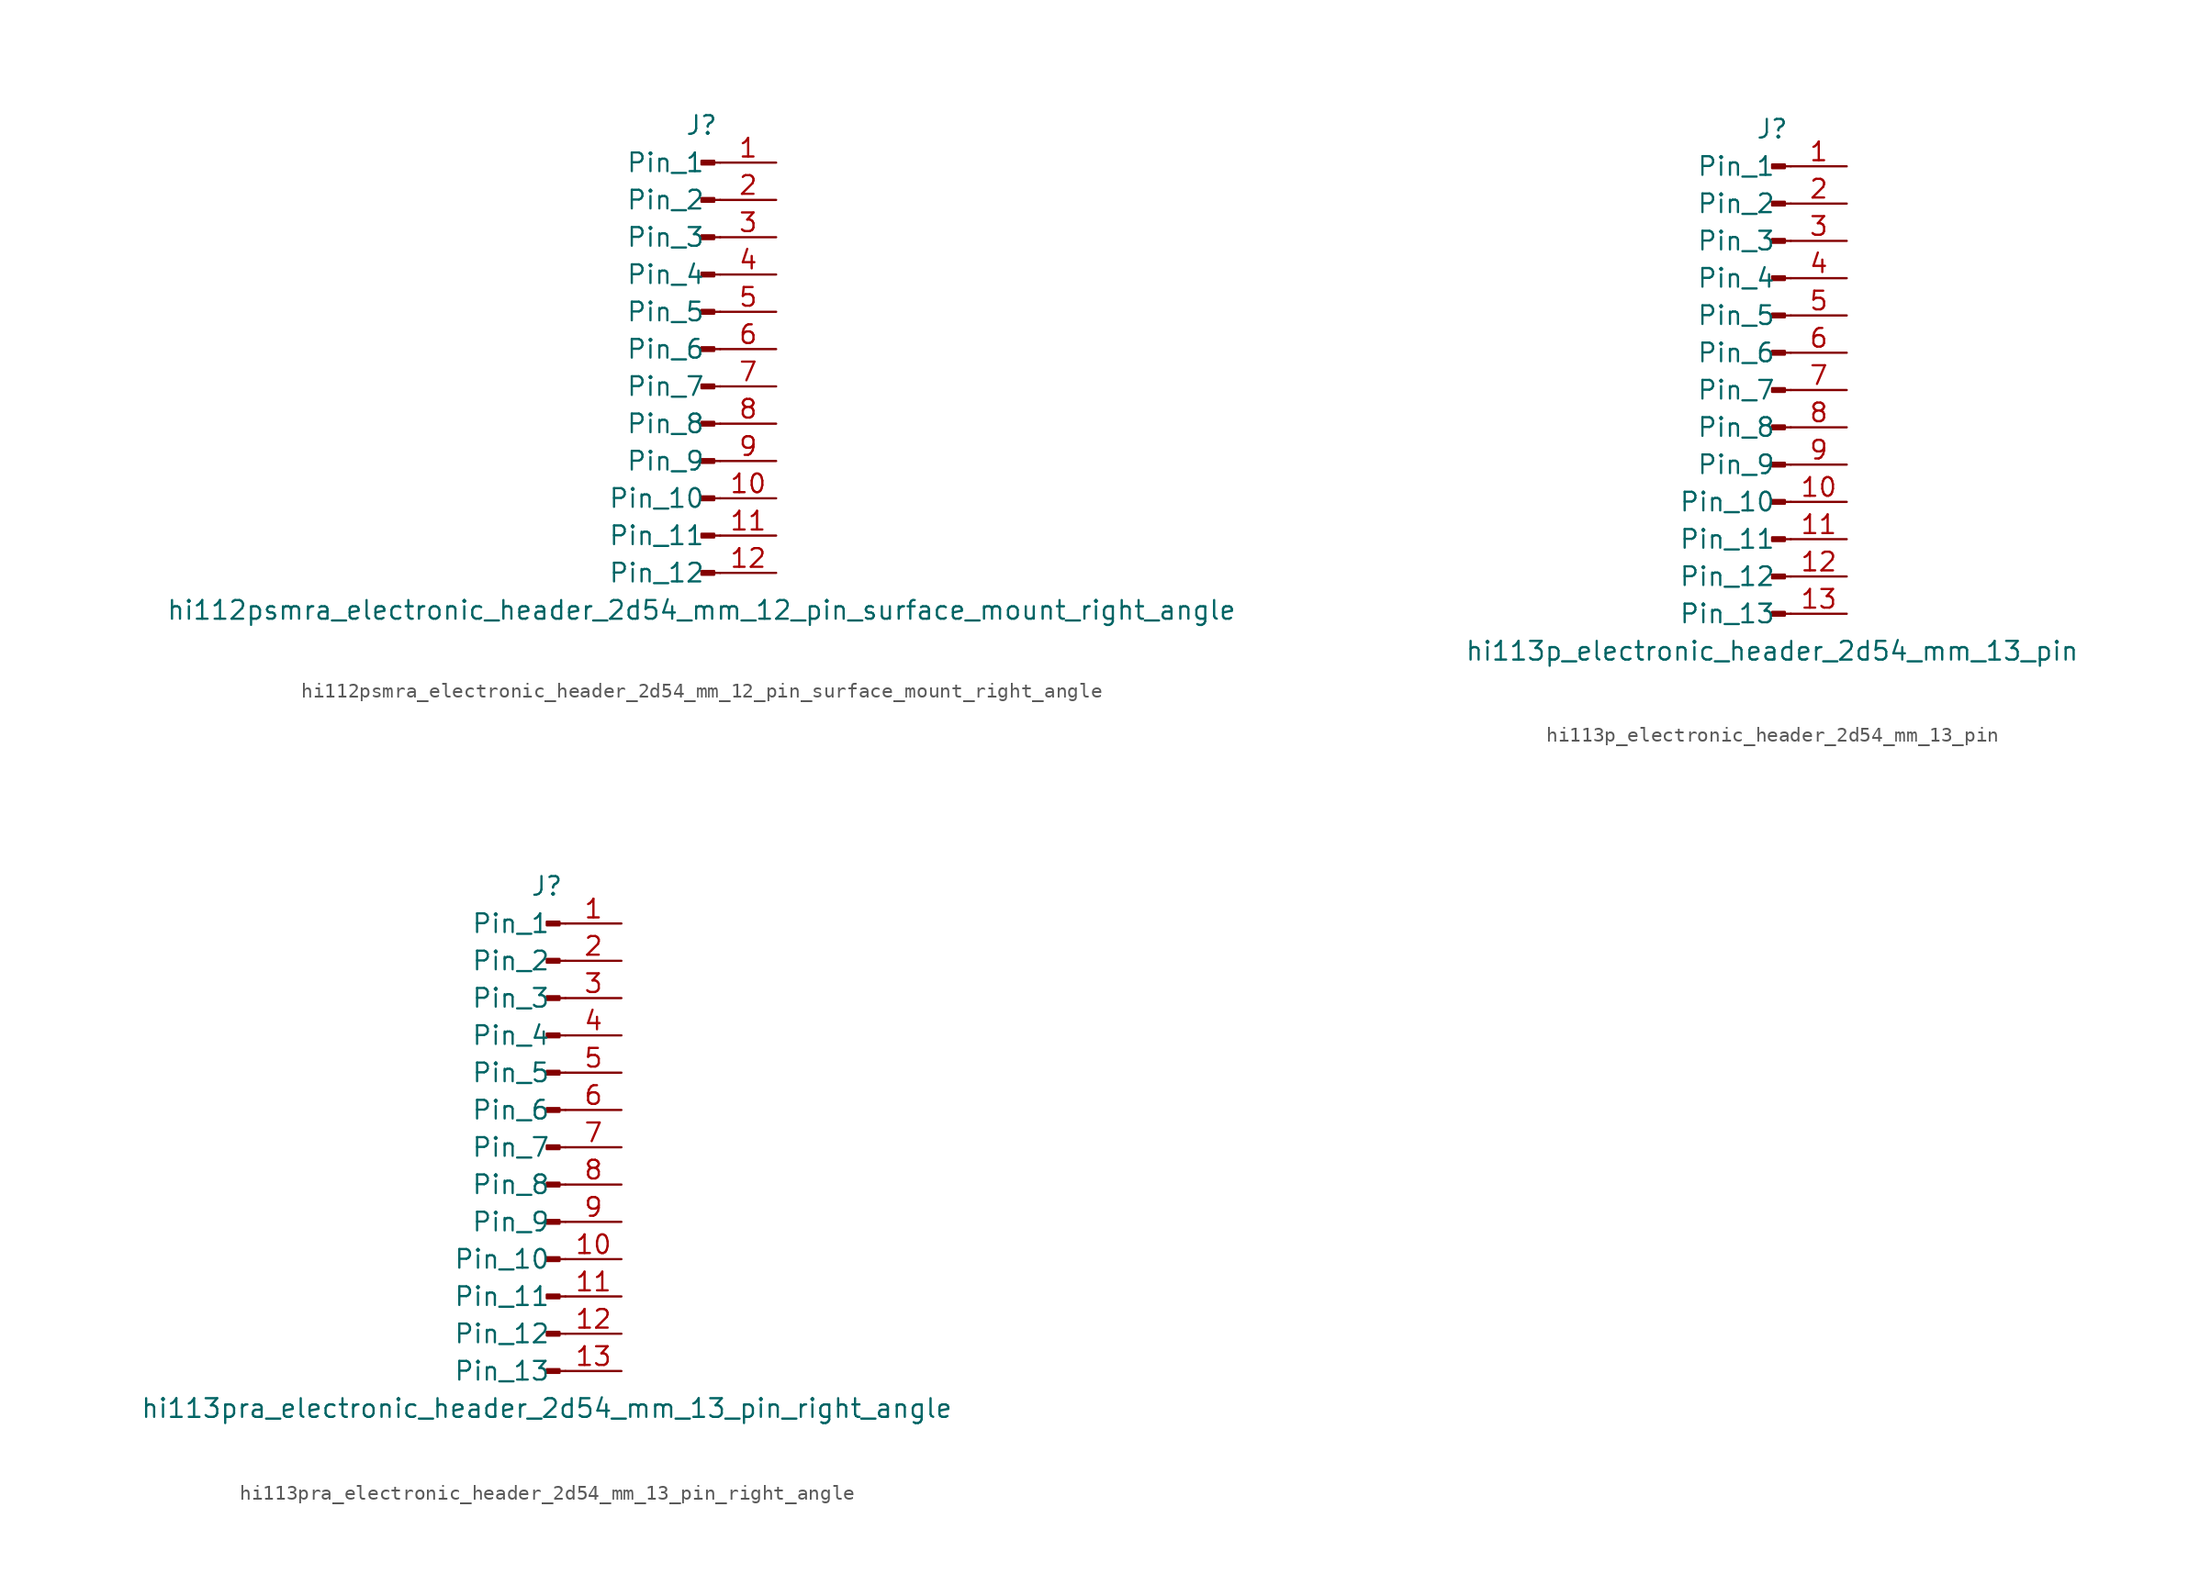
<source format=kicad_sym>
(kicad_symbol_lib
  (version 20220914)
  (generator kicad_symbol_editor)
  (symbol "hi112psmra_electronic_header_2d54_mm_12_pin_surface_mount_right_angle"
    (pin_names
      (offset 1.016))
    (property "Reference" "J"
      (at 0 15.24 0)
      (effects (font (size 1.27 1.27))))
    (property "Value" "hi112psmra_electronic_header_2d54_mm_12_pin_surface_mount_right_angle"
      (at 0 -17.78 0)
      (effects (font (size 1.27 1.27))))
    (property "ki_locked" ""
      (at 0 0 0)
      (effects (font (size 1.27 1.27))))
    (symbol "hi112psmra_electronic_header_2d54_mm_12_pin_surface_mount_right_angle_1_1"
      (polyline (pts (xy 1.27 -15.24) (xy 0.864 -15.24)) (stroke (width 0.152) (type default)) (fill (type none)))
      (polyline (pts (xy 1.27 -12.7) (xy 0.864 -12.7)) (stroke (width 0.152) (type default)) (fill (type none)))
      (polyline (pts (xy 1.27 -10.16) (xy 0.864 -10.16)) (stroke (width 0.152) (type default)) (fill (type none)))
      (polyline (pts (xy 1.27 -7.62) (xy 0.864 -7.62)) (stroke (width 0.152) (type default)) (fill (type none)))
      (polyline (pts (xy 1.27 -5.08) (xy 0.864 -5.08)) (stroke (width 0.152) (type default)) (fill (type none)))
      (polyline (pts (xy 1.27 -2.54) (xy 0.864 -2.54)) (stroke (width 0.152) (type default)) (fill (type none)))
      (polyline (pts (xy 1.27 0) (xy 0.864 0)) (stroke (width 0.152) (type default)) (fill (type none)))
      (polyline (pts (xy 1.27 2.54) (xy 0.864 2.54)) (stroke (width 0.152) (type default)) (fill (type none)))
      (polyline (pts (xy 1.27 5.08) (xy 0.864 5.08)) (stroke (width 0.152) (type default)) (fill (type none)))
      (polyline (pts (xy 1.27 7.62) (xy 0.864 7.62)) (stroke (width 0.152) (type default)) (fill (type none)))
      (polyline (pts (xy 1.27 10.16) (xy 0.864 10.16)) (stroke (width 0.152) (type default)) (fill (type none)))
      (polyline (pts (xy 1.27 12.7) (xy 0.864 12.7)) (stroke (width 0.152) (type default)) (fill (type none)))
      (rectangle (start 0.864 -15.113) (end 0 -15.367) (stroke (width 0.152) (type default)) (fill (type outline)))
      (rectangle (start 0.864 -12.573) (end 0 -12.827) (stroke (width 0.152) (type default)) (fill (type outline)))
      (rectangle (start 0.864 -10.033) (end 0 -10.287) (stroke (width 0.152) (type default)) (fill (type outline)))
      (rectangle (start 0.864 -7.493) (end 0 -7.747) (stroke (width 0.152) (type default)) (fill (type outline)))
      (rectangle (start 0.864 -4.953) (end 0 -5.207) (stroke (width 0.152) (type default)) (fill (type outline)))
      (rectangle (start 0.864 -2.413) (end 0 -2.667) (stroke (width 0.152) (type default)) (fill (type outline)))
      (rectangle (start 0.864 0.127) (end 0 -0.127) (stroke (width 0.152) (type default)) (fill (type outline)))
      (rectangle (start 0.864 2.667) (end 0 2.413) (stroke (width 0.152) (type default)) (fill (type outline)))
      (rectangle (start 0.864 5.207) (end 0 4.953) (stroke (width 0.152) (type default)) (fill (type outline)))
      (rectangle (start 0.864 7.747) (end 0 7.493) (stroke (width 0.152) (type default)) (fill (type outline)))
      (rectangle (start 0.864 10.287) (end 0 10.033) (stroke (width 0.152) (type default)) (fill (type outline)))
      (rectangle (start 0.864 12.827) (end 0 12.573) (stroke (width 0.152) (type default)) (fill (type outline)))
      (pin passive line (at 5.08 12.7 180) (length 3.81) (name "Pin_1" (effects (font (size 1.27 1.27)))) (number "1" (effects (font (size 1.27 1.27)))))
      (pin passive line (at 5.08 -10.16 180) (length 3.81) (name "Pin_10" (effects (font (size 1.27 1.27)))) (number "10" (effects (font (size 1.27 1.27)))))
      (pin passive line (at 5.08 -12.7 180) (length 3.81) (name "Pin_11" (effects (font (size 1.27 1.27)))) (number "11" (effects (font (size 1.27 1.27)))))
      (pin passive line (at 5.08 -15.24 180) (length 3.81) (name "Pin_12" (effects (font (size 1.27 1.27)))) (number "12" (effects (font (size 1.27 1.27)))))
      (pin passive line (at 5.08 10.16 180) (length 3.81) (name "Pin_2" (effects (font (size 1.27 1.27)))) (number "2" (effects (font (size 1.27 1.27)))))
      (pin passive line (at 5.08 7.62 180) (length 3.81) (name "Pin_3" (effects (font (size 1.27 1.27)))) (number "3" (effects (font (size 1.27 1.27)))))
      (pin passive line (at 5.08 5.08 180) (length 3.81) (name "Pin_4" (effects (font (size 1.27 1.27)))) (number "4" (effects (font (size 1.27 1.27)))))
      (pin passive line (at 5.08 2.54 180) (length 3.81) (name "Pin_5" (effects (font (size 1.27 1.27)))) (number "5" (effects (font (size 1.27 1.27)))))
      (pin passive line (at 5.08 0 180) (length 3.81) (name "Pin_6" (effects (font (size 1.27 1.27)))) (number "6" (effects (font (size 1.27 1.27)))))
      (pin passive line (at 5.08 -2.54 180) (length 3.81) (name "Pin_7" (effects (font (size 1.27 1.27)))) (number "7" (effects (font (size 1.27 1.27)))))
      (pin passive line (at 5.08 -5.08 180) (length 3.81) (name "Pin_8" (effects (font (size 1.27 1.27)))) (number "8" (effects (font (size 1.27 1.27)))))
      (pin passive line (at 5.08 -7.62 180) (length 3.81) (name "Pin_9" (effects (font (size 1.27 1.27)))) (number "9" (effects (font (size 1.27 1.27)))))))
  (symbol "hi113p_electronic_header_2d54_mm_13_pin"
    (pin_names
      (offset 1.016))
    (property "Reference" "J"
      (at 0 17.78 0)
      (effects (font (size 1.27 1.27))))
    (property "Value" "hi113p_electronic_header_2d54_mm_13_pin"
      (at 0 -17.78 0)
      (effects (font (size 1.27 1.27))))
    (property "ki_locked" ""
      (at 0 0 0)
      (effects (font (size 1.27 1.27))))
    (symbol "hi113p_electronic_header_2d54_mm_13_pin_1_1"
      (polyline (pts (xy 1.27 -15.24) (xy 0.864 -15.24)) (stroke (width 0.152) (type default)) (fill (type none)))
      (polyline (pts (xy 1.27 -12.7) (xy 0.864 -12.7)) (stroke (width 0.152) (type default)) (fill (type none)))
      (polyline (pts (xy 1.27 -10.16) (xy 0.864 -10.16)) (stroke (width 0.152) (type default)) (fill (type none)))
      (polyline (pts (xy 1.27 -7.62) (xy 0.864 -7.62)) (stroke (width 0.152) (type default)) (fill (type none)))
      (polyline (pts (xy 1.27 -5.08) (xy 0.864 -5.08)) (stroke (width 0.152) (type default)) (fill (type none)))
      (polyline (pts (xy 1.27 -2.54) (xy 0.864 -2.54)) (stroke (width 0.152) (type default)) (fill (type none)))
      (polyline (pts (xy 1.27 0) (xy 0.864 0)) (stroke (width 0.152) (type default)) (fill (type none)))
      (polyline (pts (xy 1.27 2.54) (xy 0.864 2.54)) (stroke (width 0.152) (type default)) (fill (type none)))
      (polyline (pts (xy 1.27 5.08) (xy 0.864 5.08)) (stroke (width 0.152) (type default)) (fill (type none)))
      (polyline (pts (xy 1.27 7.62) (xy 0.864 7.62)) (stroke (width 0.152) (type default)) (fill (type none)))
      (polyline (pts (xy 1.27 10.16) (xy 0.864 10.16)) (stroke (width 0.152) (type default)) (fill (type none)))
      (polyline (pts (xy 1.27 12.7) (xy 0.864 12.7)) (stroke (width 0.152) (type default)) (fill (type none)))
      (polyline (pts (xy 1.27 15.24) (xy 0.864 15.24)) (stroke (width 0.152) (type default)) (fill (type none)))
      (rectangle (start 0.864 -15.113) (end 0 -15.367) (stroke (width 0.152) (type default)) (fill (type outline)))
      (rectangle (start 0.864 -12.573) (end 0 -12.827) (stroke (width 0.152) (type default)) (fill (type outline)))
      (rectangle (start 0.864 -10.033) (end 0 -10.287) (stroke (width 0.152) (type default)) (fill (type outline)))
      (rectangle (start 0.864 -7.493) (end 0 -7.747) (stroke (width 0.152) (type default)) (fill (type outline)))
      (rectangle (start 0.864 -4.953) (end 0 -5.207) (stroke (width 0.152) (type default)) (fill (type outline)))
      (rectangle (start 0.864 -2.413) (end 0 -2.667) (stroke (width 0.152) (type default)) (fill (type outline)))
      (rectangle (start 0.864 0.127) (end 0 -0.127) (stroke (width 0.152) (type default)) (fill (type outline)))
      (rectangle (start 0.864 2.667) (end 0 2.413) (stroke (width 0.152) (type default)) (fill (type outline)))
      (rectangle (start 0.864 5.207) (end 0 4.953) (stroke (width 0.152) (type default)) (fill (type outline)))
      (rectangle (start 0.864 7.747) (end 0 7.493) (stroke (width 0.152) (type default)) (fill (type outline)))
      (rectangle (start 0.864 10.287) (end 0 10.033) (stroke (width 0.152) (type default)) (fill (type outline)))
      (rectangle (start 0.864 12.827) (end 0 12.573) (stroke (width 0.152) (type default)) (fill (type outline)))
      (rectangle (start 0.864 15.367) (end 0 15.113) (stroke (width 0.152) (type default)) (fill (type outline)))
      (pin passive line (at 5.08 15.24 180) (length 3.81) (name "Pin_1" (effects (font (size 1.27 1.27)))) (number "1" (effects (font (size 1.27 1.27)))))
      (pin passive line (at 5.08 -7.62 180) (length 3.81) (name "Pin_10" (effects (font (size 1.27 1.27)))) (number "10" (effects (font (size 1.27 1.27)))))
      (pin passive line (at 5.08 -10.16 180) (length 3.81) (name "Pin_11" (effects (font (size 1.27 1.27)))) (number "11" (effects (font (size 1.27 1.27)))))
      (pin passive line (at 5.08 -12.7 180) (length 3.81) (name "Pin_12" (effects (font (size 1.27 1.27)))) (number "12" (effects (font (size 1.27 1.27)))))
      (pin passive line (at 5.08 -15.24 180) (length 3.81) (name "Pin_13" (effects (font (size 1.27 1.27)))) (number "13" (effects (font (size 1.27 1.27)))))
      (pin passive line (at 5.08 12.7 180) (length 3.81) (name "Pin_2" (effects (font (size 1.27 1.27)))) (number "2" (effects (font (size 1.27 1.27)))))
      (pin passive line (at 5.08 10.16 180) (length 3.81) (name "Pin_3" (effects (font (size 1.27 1.27)))) (number "3" (effects (font (size 1.27 1.27)))))
      (pin passive line (at 5.08 7.62 180) (length 3.81) (name "Pin_4" (effects (font (size 1.27 1.27)))) (number "4" (effects (font (size 1.27 1.27)))))
      (pin passive line (at 5.08 5.08 180) (length 3.81) (name "Pin_5" (effects (font (size 1.27 1.27)))) (number "5" (effects (font (size 1.27 1.27)))))
      (pin passive line (at 5.08 2.54 180) (length 3.81) (name "Pin_6" (effects (font (size 1.27 1.27)))) (number "6" (effects (font (size 1.27 1.27)))))
      (pin passive line (at 5.08 0 180) (length 3.81) (name "Pin_7" (effects (font (size 1.27 1.27)))) (number "7" (effects (font (size 1.27 1.27)))))
      (pin passive line (at 5.08 -2.54 180) (length 3.81) (name "Pin_8" (effects (font (size 1.27 1.27)))) (number "8" (effects (font (size 1.27 1.27)))))
      (pin passive line (at 5.08 -5.08 180) (length 3.81) (name "Pin_9" (effects (font (size 1.27 1.27)))) (number "9" (effects (font (size 1.27 1.27)))))))
  (symbol "hi113pra_electronic_header_2d54_mm_13_pin_right_angle"
    (pin_names
      (offset 1.016))
    (property "Reference" "J"
      (at 0 17.78 0)
      (effects (font (size 1.27 1.27))))
    (property "Value" "hi113pra_electronic_header_2d54_mm_13_pin_right_angle"
      (at 0 -17.78 0)
      (effects (font (size 1.27 1.27))))
    (property "ki_locked" ""
      (at 0 0 0)
      (effects (font (size 1.27 1.27))))
    (symbol "hi113pra_electronic_header_2d54_mm_13_pin_right_angle_1_1"
      (polyline (pts (xy 1.27 -15.24) (xy 0.864 -15.24)) (stroke (width 0.152) (type default)) (fill (type none)))
      (polyline (pts (xy 1.27 -12.7) (xy 0.864 -12.7)) (stroke (width 0.152) (type default)) (fill (type none)))
      (polyline (pts (xy 1.27 -10.16) (xy 0.864 -10.16)) (stroke (width 0.152) (type default)) (fill (type none)))
      (polyline (pts (xy 1.27 -7.62) (xy 0.864 -7.62)) (stroke (width 0.152) (type default)) (fill (type none)))
      (polyline (pts (xy 1.27 -5.08) (xy 0.864 -5.08)) (stroke (width 0.152) (type default)) (fill (type none)))
      (polyline (pts (xy 1.27 -2.54) (xy 0.864 -2.54)) (stroke (width 0.152) (type default)) (fill (type none)))
      (polyline (pts (xy 1.27 0) (xy 0.864 0)) (stroke (width 0.152) (type default)) (fill (type none)))
      (polyline (pts (xy 1.27 2.54) (xy 0.864 2.54)) (stroke (width 0.152) (type default)) (fill (type none)))
      (polyline (pts (xy 1.27 5.08) (xy 0.864 5.08)) (stroke (width 0.152) (type default)) (fill (type none)))
      (polyline (pts (xy 1.27 7.62) (xy 0.864 7.62)) (stroke (width 0.152) (type default)) (fill (type none)))
      (polyline (pts (xy 1.27 10.16) (xy 0.864 10.16)) (stroke (width 0.152) (type default)) (fill (type none)))
      (polyline (pts (xy 1.27 12.7) (xy 0.864 12.7)) (stroke (width 0.152) (type default)) (fill (type none)))
      (polyline (pts (xy 1.27 15.24) (xy 0.864 15.24)) (stroke (width 0.152) (type default)) (fill (type none)))
      (rectangle (start 0.864 -15.113) (end 0 -15.367) (stroke (width 0.152) (type default)) (fill (type outline)))
      (rectangle (start 0.864 -12.573) (end 0 -12.827) (stroke (width 0.152) (type default)) (fill (type outline)))
      (rectangle (start 0.864 -10.033) (end 0 -10.287) (stroke (width 0.152) (type default)) (fill (type outline)))
      (rectangle (start 0.864 -7.493) (end 0 -7.747) (stroke (width 0.152) (type default)) (fill (type outline)))
      (rectangle (start 0.864 -4.953) (end 0 -5.207) (stroke (width 0.152) (type default)) (fill (type outline)))
      (rectangle (start 0.864 -2.413) (end 0 -2.667) (stroke (width 0.152) (type default)) (fill (type outline)))
      (rectangle (start 0.864 0.127) (end 0 -0.127) (stroke (width 0.152) (type default)) (fill (type outline)))
      (rectangle (start 0.864 2.667) (end 0 2.413) (stroke (width 0.152) (type default)) (fill (type outline)))
      (rectangle (start 0.864 5.207) (end 0 4.953) (stroke (width 0.152) (type default)) (fill (type outline)))
      (rectangle (start 0.864 7.747) (end 0 7.493) (stroke (width 0.152) (type default)) (fill (type outline)))
      (rectangle (start 0.864 10.287) (end 0 10.033) (stroke (width 0.152) (type default)) (fill (type outline)))
      (rectangle (start 0.864 12.827) (end 0 12.573) (stroke (width 0.152) (type default)) (fill (type outline)))
      (rectangle (start 0.864 15.367) (end 0 15.113) (stroke (width 0.152) (type default)) (fill (type outline)))
      (pin passive line (at 5.08 15.24 180) (length 3.81) (name "Pin_1" (effects (font (size 1.27 1.27)))) (number "1" (effects (font (size 1.27 1.27)))))
      (pin passive line (at 5.08 -7.62 180) (length 3.81) (name "Pin_10" (effects (font (size 1.27 1.27)))) (number "10" (effects (font (size 1.27 1.27)))))
      (pin passive line (at 5.08 -10.16 180) (length 3.81) (name "Pin_11" (effects (font (size 1.27 1.27)))) (number "11" (effects (font (size 1.27 1.27)))))
      (pin passive line (at 5.08 -12.7 180) (length 3.81) (name "Pin_12" (effects (font (size 1.27 1.27)))) (number "12" (effects (font (size 1.27 1.27)))))
      (pin passive line (at 5.08 -15.24 180) (length 3.81) (name "Pin_13" (effects (font (size 1.27 1.27)))) (number "13" (effects (font (size 1.27 1.27)))))
      (pin passive line (at 5.08 12.7 180) (length 3.81) (name "Pin_2" (effects (font (size 1.27 1.27)))) (number "2" (effects (font (size 1.27 1.27)))))
      (pin passive line (at 5.08 10.16 180) (length 3.81) (name "Pin_3" (effects (font (size 1.27 1.27)))) (number "3" (effects (font (size 1.27 1.27)))))
      (pin passive line (at 5.08 7.62 180) (length 3.81) (name "Pin_4" (effects (font (size 1.27 1.27)))) (number "4" (effects (font (size 1.27 1.27)))))
      (pin passive line (at 5.08 5.08 180) (length 3.81) (name "Pin_5" (effects (font (size 1.27 1.27)))) (number "5" (effects (font (size 1.27 1.27)))))
      (pin passive line (at 5.08 2.54 180) (length 3.81) (name "Pin_6" (effects (font (size 1.27 1.27)))) (number "6" (effects (font (size 1.27 1.27)))))
      (pin passive line (at 5.08 0 180) (length 3.81) (name "Pin_7" (effects (font (size 1.27 1.27)))) (number "7" (effects (font (size 1.27 1.27)))))
      (pin passive line (at 5.08 -2.54 180) (length 3.81) (name "Pin_8" (effects (font (size 1.27 1.27)))) (number "8" (effects (font (size 1.27 1.27)))))
      (pin passive line (at 5.08 -5.08 180) (length 3.81) (name "Pin_9" (effects (font (size 1.27 1.27)))) (number "9" (effects (font (size 1.27 1.27))))))))
</source>
